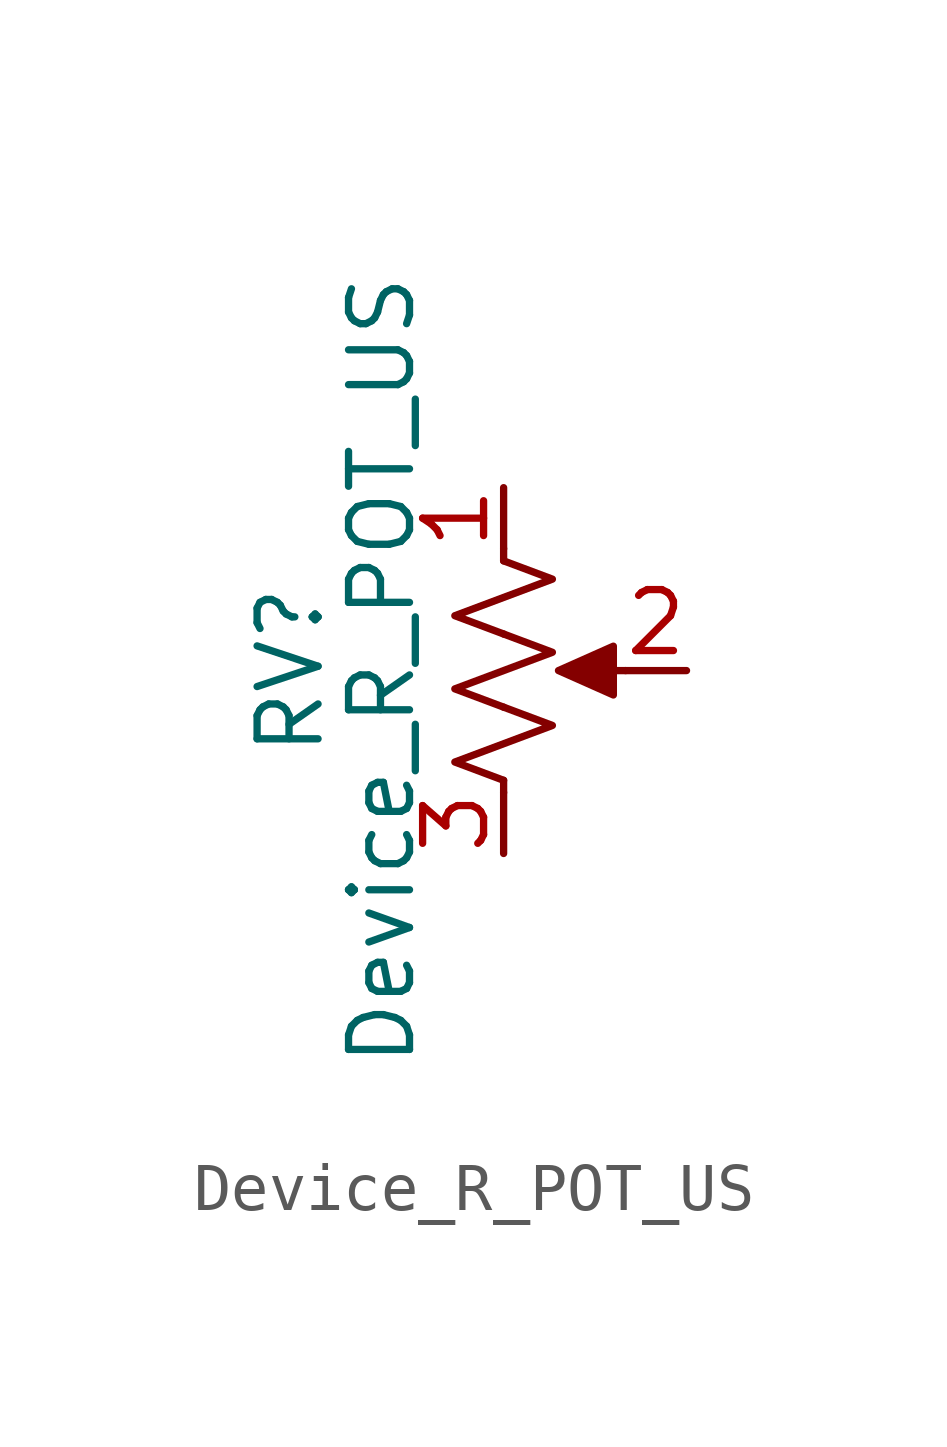
<source format=kicad_sym>
(kicad_symbol_lib
  (version 20220914)
  (generator kicad_symbol_editor)
  (symbol "Device_R_POT_US"
    (pin_names
      (offset 1.016) hide)
    (property "Reference" "RV"
      (at -4.445 0 90)
      (effects (font (size 1.27 1.27))))
    (property "Value" "Device_R_POT_US"
      (at -2.54 0 90)
      (effects (font (size 1.27 1.27))))
    (symbol "Device_R_POT_US_0_1"
      (polyline (pts (xy 0 -2.286) (xy 0 -2.54)) (stroke (width 0) (type solid)) (fill (type none)))
      (polyline (pts (xy 0 2.54) (xy 0 2.286)) (stroke (width 0) (type solid)) (fill (type none)))
      (polyline (pts (xy 2.54 0) (xy 1.524 0)) (stroke (width 0) (type solid)) (fill (type none)))
      (polyline (pts (xy 1.143 0) (xy 2.286 0.508) (xy 2.286 -0.508) (xy 1.143 0)) (stroke (width 0) (type solid)) (fill (type outline)))
      (polyline (pts (xy 0 -0.762) (xy 1.016 -1.143) (xy 0 -1.524) (xy -1.016 -1.905) (xy 0 -2.286)) (stroke (width 0) (type solid)) (fill (type none)))
      (polyline (pts (xy 0 0.762) (xy 1.016 0.381) (xy 0 0) (xy -1.016 -0.381) (xy 0 -0.762)) (stroke (width 0) (type solid)) (fill (type none)))
      (polyline (pts (xy 0 2.286) (xy 1.016 1.905) (xy 0 1.524) (xy -1.016 1.143) (xy 0 0.762)) (stroke (width 0) (type solid)) (fill (type none))))
    (symbol "Device_R_POT_US_1_1"
      (pin passive line (at 0 3.81 270) (length 1.27) (name "1" (effects (font (size 1.27 1.27)))) (number "1" (effects (font (size 1.27 1.27)))))
      (pin passive line (at 3.81 0 180) (length 1.27) (name "2" (effects (font (size 1.27 1.27)))) (number "2" (effects (font (size 1.27 1.27)))))
      (pin passive line (at 0 -3.81 90) (length 1.27) (name "3" (effects (font (size 1.27 1.27)))) (number "3" (effects (font (size 1.27 1.27))))))))
</source>
